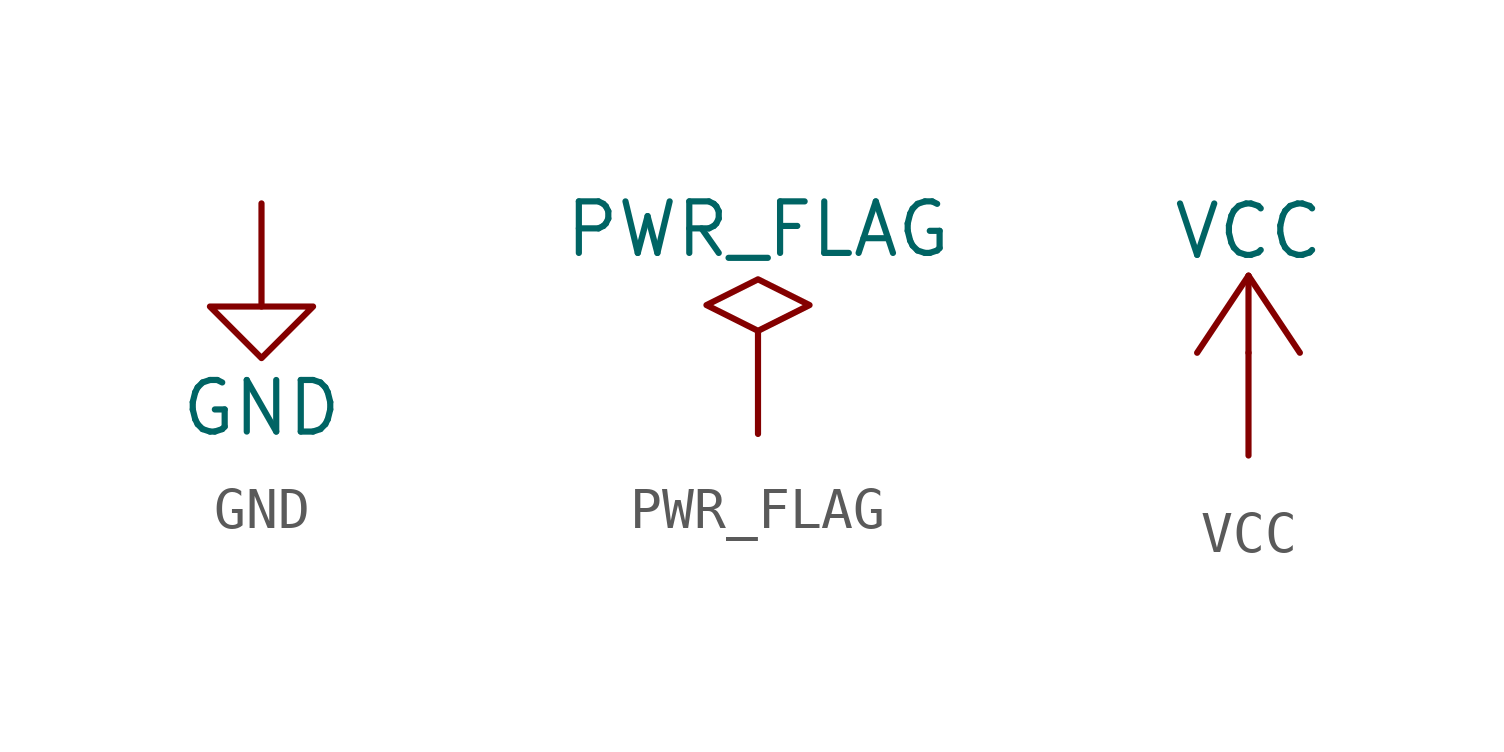
<source format=kicad_sym>
(kicad_symbol_lib
  (version 20241209)
  (generator "kicad_symbol_editor")
  (generator_version "9.0")
  (symbol "GND"
    (power)
    (pin_numbers
      (hide yes))
    (property "Reference" "#GND"
      (at 0 13 0)
      (effects (font (size 1.27 1.27)) (hide yes)))
    (property "Value" "GND"
      (at 0 -2.5 0)
      (effects (font (size 1.27 1.27))))
    (symbol "GND_0_1"
      (polyline (pts (xy 0 0) (xy 1.27 0) (xy 0 -1.27) (xy -1.27 0) (xy 0 0)) (stroke (width 0) (type default)) (fill (type none))))
    (symbol "GND_1_1"
      (pin power_in line (at 0 2.54 270) (length 2.54) (name "~" (effects (font (size 1.27 1.27)))) (number "1" (effects (font (size 1.27 1.27)))))))
  (symbol "PWR_FLAG"
    (power)
    (pin_numbers
      (hide yes))
    (property "Reference" "#FLAG"
      (at 0 4.5 0)
      (effects (font (size 1.27 1.27)) (hide yes)))
    (property "Value" "PWR_FLAG"
      (at 0 2.5 0)
      (effects (font (size 1.27 1.27))))
    (symbol "PWR_FLAG_0_1"
      (polyline (pts (xy 0 1.27) (xy -1.27 0.635) (xy 0 0) (xy 1.27 0.635) (xy 0 1.27)) (stroke (width 0) (type default)) (fill (type none))))
    (symbol "PWR_FLAG_1_1"
      (pin power_in line (at 0 -2.54 90) (length 2.54) (name "~" (effects (font (size 1.27 1.27)))) (number "1" (effects (font (size 1.27 1.27)))))))
  (symbol "VCC"
    (power)
    (pin_numbers
      (hide yes))
    (property "Reference" "#VCC"
      (at 0 5 0)
      (effects (font (size 1.27 1.27)) (hide yes)))
    (property "Value" "VCC"
      (at 0 3 0)
      (effects (font (size 1.27 1.27))))
    (symbol "VCC_0_1"
      (polyline (pts (xy 0 1.905) (xy -1.27 0)) (stroke (width 0) (type default)) (fill (type none)))
      (polyline (pts (xy 0 1.905) (xy 1.27 0)) (stroke (width 0) (type default)) (fill (type none)))
      (polyline (pts (xy 0 0) (xy 0 1.905)) (stroke (width 0) (type default)) (fill (type none))))
    (symbol "VCC_1_1"
      (pin power_in line (at 0 -2.54 90) (length 2.54) (name "~" (effects (font (size 1.27 1.27)))) (number "1" (effects (font (size 1.27 1.27))))))))
</source>
